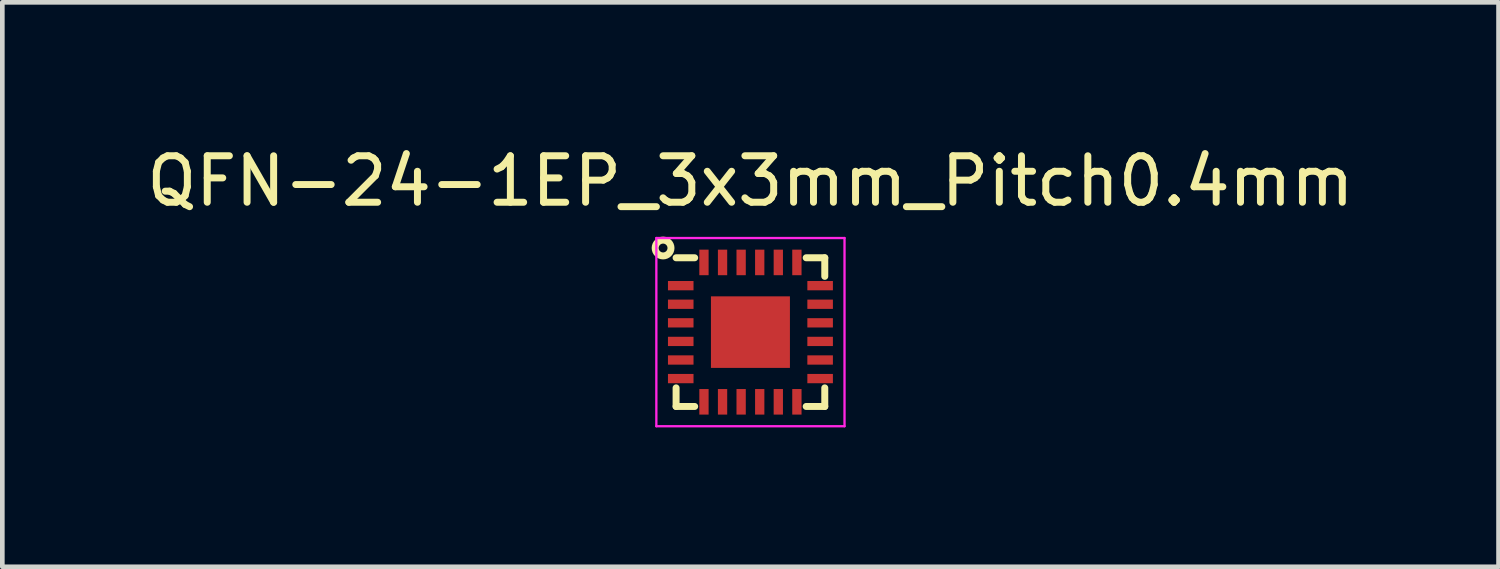
<source format=kicad_pcb>
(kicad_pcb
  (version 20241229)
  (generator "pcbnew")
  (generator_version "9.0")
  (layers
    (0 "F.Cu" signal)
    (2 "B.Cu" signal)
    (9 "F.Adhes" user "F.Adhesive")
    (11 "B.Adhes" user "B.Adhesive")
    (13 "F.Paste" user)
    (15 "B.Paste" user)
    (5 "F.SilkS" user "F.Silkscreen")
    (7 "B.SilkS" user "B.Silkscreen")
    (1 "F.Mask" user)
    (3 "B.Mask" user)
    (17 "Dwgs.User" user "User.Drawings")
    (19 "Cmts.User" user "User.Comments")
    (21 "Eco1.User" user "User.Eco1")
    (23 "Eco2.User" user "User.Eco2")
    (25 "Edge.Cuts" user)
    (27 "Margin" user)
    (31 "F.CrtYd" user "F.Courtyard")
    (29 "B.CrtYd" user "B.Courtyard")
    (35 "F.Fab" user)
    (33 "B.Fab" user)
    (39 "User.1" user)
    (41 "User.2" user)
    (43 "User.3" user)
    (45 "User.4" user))
  (footprint "QFN-24-1EP_3x3mm_Pitch0.4mm"
    (layer "F.Cu")
    (at 13.101 4.098)
    (property "Reference" "QFN-24-1EP_3x3mm_Pitch0.4mm" (at 0 -3.25 0) (layer "F.SilkS") (effects (font (size 1 1) (thickness 0.15))))
    (attr smd)
    (fp_line (start -1.6 -1.6) (end -1.2 -1.6) (stroke (width 0.15) (type solid)) (layer "F.SilkS"))
    (fp_line (start -1.6 1.6) (end -1.6 1.2) (stroke (width 0.15) (type solid)) (layer "F.SilkS"))
    (fp_line (start -1.6 1.6) (end -1.2 1.6) (stroke (width 0.15) (type solid)) (layer "F.SilkS"))
    (fp_line (start 1.6 -1.6) (end 1.2 -1.6) (stroke (width 0.15) (type solid)) (layer "F.SilkS"))
    (fp_line (start 1.6 -1.6) (end 1.6 -1.2) (stroke (width 0.15) (type solid)) (layer "F.SilkS"))
    (fp_line (start 1.6 1.6) (end 1.2 1.6) (stroke (width 0.15) (type solid)) (layer "F.SilkS"))
    (fp_line (start 1.6 1.6) (end 1.6 1.2) (stroke (width 0.15) (type solid)) (layer "F.SilkS"))
    (fp_circle (center -1.88 -1.81) (end -1.75 -1.92) (stroke (width 0.15) (type solid)) (fill no) (layer "F.SilkS"))
    (fp_line (start -2.025 -2.025) (end 2.025 -2.025) (stroke (width 0.05) (type solid)) (layer "F.CrtYd"))
    (fp_line (start -2.025 2.025) (end -2.025 -2.025) (stroke (width 0.05) (type solid)) (layer "F.CrtYd"))
    (fp_line (start 2.025 -2.025) (end 2.025 2.025) (stroke (width 0.05) (type solid)) (layer "F.CrtYd"))
    (fp_line (start 2.025 2.025) (end -2.025 2.025) (stroke (width 0.05) (type solid)) (layer "F.CrtYd"))
    (pad "1" smd rect (at -1.5 -1) (size 0.55 0.2) (layers "F.Cu" "F.Mask" "F.Paste"))
    (pad "2" smd rect (at -1.5 -0.6) (size 0.55 0.2) (layers "F.Cu" "F.Mask" "F.Paste"))
    (pad "3" smd rect (at -1.5 -0.2) (size 0.55 0.2) (layers "F.Cu" "F.Mask" "F.Paste"))
    (pad "4" smd rect (at -1.5 0.2) (size 0.55 0.2) (layers "F.Cu" "F.Mask" "F.Paste"))
    (pad "5" smd rect (at -1.5 0.6) (size 0.55 0.2) (layers "F.Cu" "F.Mask" "F.Paste"))
    (pad "6" smd rect (at -1.5 1) (size 0.55 0.2) (layers "F.Cu" "F.Mask" "F.Paste"))
    (pad "7" smd rect (at -1 1.5 90) (size 0.55 0.2) (layers "F.Cu" "F.Mask" "F.Paste"))
    (pad "8" smd rect (at -0.6 1.5 90) (size 0.55 0.2) (layers "F.Cu" "F.Mask" "F.Paste"))
    (pad "9" smd rect (at -0.2 1.5 90) (size 0.55 0.2) (layers "F.Cu" "F.Mask" "F.Paste"))
    (pad "10" smd rect (at 0.2 1.5 90) (size 0.55 0.2) (layers "F.Cu" "F.Mask" "F.Paste"))
    (pad "11" smd rect (at 0.6 1.5 90) (size 0.55 0.2) (layers "F.Cu" "F.Mask" "F.Paste"))
    (pad "12" smd rect (at 1 1.5 90) (size 0.55 0.2) (layers "F.Cu" "F.Mask" "F.Paste"))
    (pad "13" smd rect (at 1.5 1) (size 0.55 0.2) (layers "F.Cu" "F.Mask" "F.Paste"))
    (pad "14" smd rect (at 1.5 0.6) (size 0.55 0.2) (layers "F.Cu" "F.Mask" "F.Paste"))
    (pad "15" smd rect (at 1.5 0.2) (size 0.55 0.2) (layers "F.Cu" "F.Mask" "F.Paste"))
    (pad "16" smd rect (at 1.5 -0.2) (size 0.55 0.2) (layers "F.Cu" "F.Mask" "F.Paste"))
    (pad "17" smd rect (at 1.5 -0.6) (size 0.55 0.2) (layers "F.Cu" "F.Mask" "F.Paste"))
    (pad "18" smd rect (at 1.5 -1) (size 0.55 0.2) (layers "F.Cu" "F.Mask" "F.Paste"))
    (pad "19" smd rect (at 1 -1.5 90) (size 0.55 0.2) (layers "F.Cu" "F.Mask" "F.Paste"))
    (pad "20" smd rect (at 0.6 -1.5 90) (size 0.55 0.2) (layers "F.Cu" "F.Mask" "F.Paste"))
    (pad "21" smd rect (at 0.2 -1.5 90) (size 0.55 0.2) (layers "F.Cu" "F.Mask" "F.Paste"))
    (pad "22" smd rect (at -0.2 -1.5 90) (size 0.55 0.2) (layers "F.Cu" "F.Mask" "F.Paste"))
    (pad "23" smd rect (at -0.6 -1.5 90) (size 0.55 0.2) (layers "F.Cu" "F.Mask" "F.Paste"))
    (pad "24" smd rect (at -1 -1.5 90) (size 0.55 0.2) (layers "F.Cu" "F.Mask" "F.Paste"))
    (pad "25" smd rect (at 0 0 90) (size 1.54 1.7) (layers "F.Cu" "F.Mask" "F.Paste")))
  (gr_rect
    (start -3 -3)
    (end 29.202 9.148)
    (stroke (width 0.1) (type default))
    (fill no)
    (layer "Edge.Cuts")))
</source>
